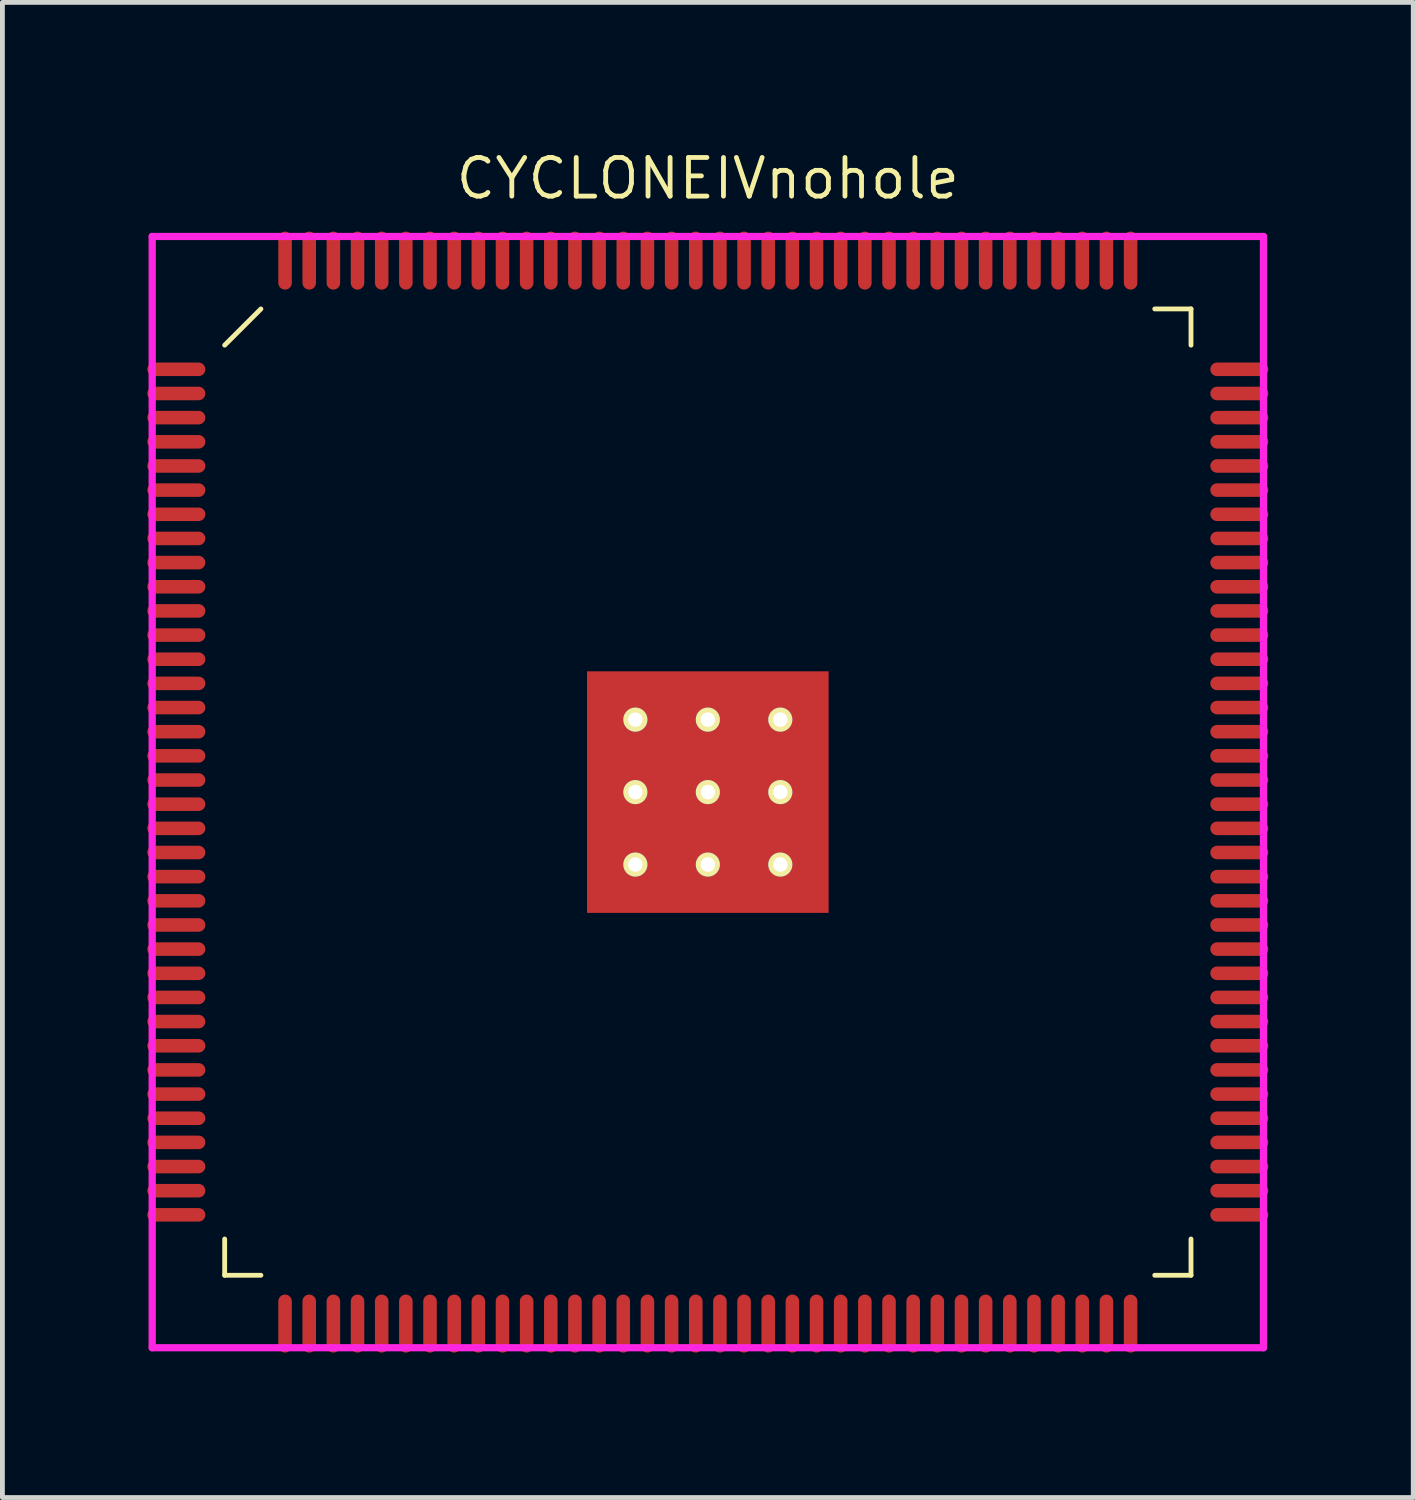
<source format=kicad_pcb>
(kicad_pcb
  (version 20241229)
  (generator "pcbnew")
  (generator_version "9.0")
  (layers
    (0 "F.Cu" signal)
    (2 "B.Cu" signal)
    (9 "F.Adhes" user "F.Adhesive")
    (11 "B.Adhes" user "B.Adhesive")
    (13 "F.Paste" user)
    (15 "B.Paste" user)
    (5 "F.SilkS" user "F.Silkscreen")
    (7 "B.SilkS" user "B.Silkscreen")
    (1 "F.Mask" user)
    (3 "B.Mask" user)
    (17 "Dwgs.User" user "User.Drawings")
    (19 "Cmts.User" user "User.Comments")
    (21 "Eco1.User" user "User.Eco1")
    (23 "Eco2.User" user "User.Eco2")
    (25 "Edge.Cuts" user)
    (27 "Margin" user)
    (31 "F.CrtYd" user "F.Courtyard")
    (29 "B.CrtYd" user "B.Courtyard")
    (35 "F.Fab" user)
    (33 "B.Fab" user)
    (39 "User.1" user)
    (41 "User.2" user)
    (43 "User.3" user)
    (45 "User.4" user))
  (footprint "CYCLONEIVnohole"
    (layer "F.Cu")
    (at 11.6 13.344)
    (property "Reference" "CYCLONEIVnohole" (at 0 -12.7 0) (layer "F.SilkS") (effects (font (size 0.8 0.8) (thickness 0.1))))
    (attr through_hole)
    (fp_line (start -10 -9.25) (end -9.25 -10) (stroke (width 0.1) (type solid)) (layer "F.SilkS"))
    (fp_line (start -10 10) (end -10 9.25) (stroke (width 0.1) (type solid)) (layer "F.SilkS"))
    (fp_line (start -9.25 10) (end -10 10) (stroke (width 0.1) (type solid)) (layer "F.SilkS"))
    (fp_line (start 9.25 -10) (end 10 -10) (stroke (width 0.1) (type solid)) (layer "F.SilkS"))
    (fp_line (start 9.25 10) (end 10 10) (stroke (width 0.1) (type solid)) (layer "F.SilkS"))
    (fp_line (start 10 -10) (end 10 -9.25) (stroke (width 0.1) (type solid)) (layer "F.SilkS"))
    (fp_line (start 10 10) (end 10 9.25) (stroke (width 0.1) (type solid)) (layer "F.SilkS"))
    (fp_line (start -11.5 -11.5) (end 11.5 -11.5) (stroke (width 0.15) (type solid)) (layer "F.CrtYd"))
    (fp_line (start -11.5 11.5) (end -11.5 -11.5) (stroke (width 0.15) (type solid)) (layer "F.CrtYd"))
    (fp_line (start 11.5 -11.5) (end 11.5 11.5) (stroke (width 0.15) (type solid)) (layer "F.CrtYd"))
    (fp_line (start 11.5 11.5) (end -11.5 11.5) (stroke (width 0.15) (type solid)) (layer "F.CrtYd"))
    (pad "1" smd oval (at -11 -8.75 90) (size 0.28 1.2) (layers "F.Cu" "F.Mask" "F.Paste"))
    (pad "2" smd oval (at -11 -8.25 90) (size 0.28 1.2) (layers "F.Cu" "F.Mask" "F.Paste"))
    (pad "3" smd oval (at -11 -7.75 90) (size 0.28 1.2) (layers "F.Cu" "F.Mask" "F.Paste"))
    (pad "4" smd oval (at -11 -7.25 90) (size 0.28 1.2) (layers "F.Cu" "F.Mask" "F.Paste"))
    (pad "5" smd oval (at -11 -6.75 90) (size 0.28 1.2) (layers "F.Cu" "F.Mask" "F.Paste"))
    (pad "6" smd oval (at -11 -6.25 90) (size 0.28 1.2) (layers "F.Cu" "F.Mask" "F.Paste"))
    (pad "7" smd oval (at -11 -5.75 90) (size 0.28 1.2) (layers "F.Cu" "F.Mask" "F.Paste"))
    (pad "8" smd oval (at -11 -5.25 90) (size 0.28 1.2) (layers "F.Cu" "F.Mask" "F.Paste"))
    (pad "9" smd oval (at -11 -4.75 90) (size 0.28 1.2) (layers "F.Cu" "F.Mask" "F.Paste"))
    (pad "10" smd oval (at -11 -4.25 90) (size 0.28 1.2) (layers "F.Cu" "F.Mask" "F.Paste"))
    (pad "11" smd oval (at -11 -3.75 90) (size 0.28 1.2) (layers "F.Cu" "F.Mask" "F.Paste"))
    (pad "12" smd oval (at -11 -3.25 90) (size 0.28 1.2) (layers "F.Cu" "F.Mask" "F.Paste"))
    (pad "13" smd oval (at -11 -2.75 90) (size 0.28 1.2) (layers "F.Cu" "F.Mask" "F.Paste"))
    (pad "14" smd oval (at -11 -2.25 90) (size 0.28 1.2) (layers "F.Cu" "F.Mask" "F.Paste"))
    (pad "15" smd oval (at -11 -1.75 90) (size 0.28 1.2) (layers "F.Cu" "F.Mask" "F.Paste"))
    (pad "16" smd oval (at -11 -1.25 90) (size 0.28 1.2) (layers "F.Cu" "F.Mask" "F.Paste"))
    (pad "17" smd oval (at -11 -0.75 90) (size 0.28 1.2) (layers "F.Cu" "F.Mask" "F.Paste"))
    (pad "18" smd oval (at -11 -0.25 90) (size 0.28 1.2) (layers "F.Cu" "F.Mask" "F.Paste"))
    (pad "19" smd oval (at -11 0.25 90) (size 0.28 1.2) (layers "F.Cu" "F.Mask" "F.Paste"))
    (pad "20" smd oval (at -11 0.75 90) (size 0.28 1.2) (layers "F.Cu" "F.Mask" "F.Paste"))
    (pad "21" smd oval (at -11 1.25 90) (size 0.28 1.2) (layers "F.Cu" "F.Mask" "F.Paste"))
    (pad "22" smd oval (at -11 1.75 90) (size 0.28 1.2) (layers "F.Cu" "F.Mask" "F.Paste"))
    (pad "23" smd oval (at -11 2.25 90) (size 0.28 1.2) (layers "F.Cu" "F.Mask" "F.Paste"))
    (pad "24" smd oval (at -11 2.75 90) (size 0.28 1.2) (layers "F.Cu" "F.Mask" "F.Paste"))
    (pad "25" smd oval (at -11 3.25 90) (size 0.28 1.2) (layers "F.Cu" "F.Mask" "F.Paste"))
    (pad "26" smd oval (at -11 3.75 90) (size 0.28 1.2) (layers "F.Cu" "F.Mask" "F.Paste"))
    (pad "27" smd oval (at -11 4.25 90) (size 0.28 1.2) (layers "F.Cu" "F.Mask" "F.Paste"))
    (pad "28" smd oval (at -11 4.75 90) (size 0.28 1.2) (layers "F.Cu" "F.Mask" "F.Paste"))
    (pad "29" smd oval (at -11 5.25 90) (size 0.28 1.2) (layers "F.Cu" "F.Mask" "F.Paste"))
    (pad "30" smd oval (at -11 5.75 90) (size 0.28 1.2) (layers "F.Cu" "F.Mask" "F.Paste"))
    (pad "31" smd oval (at -11 6.25 90) (size 0.28 1.2) (layers "F.Cu" "F.Mask" "F.Paste"))
    (pad "32" smd oval (at -11 6.75 90) (size 0.28 1.2) (layers "F.Cu" "F.Mask" "F.Paste"))
    (pad "33" smd oval (at -11 7.25 90) (size 0.28 1.2) (layers "F.Cu" "F.Mask" "F.Paste"))
    (pad "34" smd oval (at -11 7.75 90) (size 0.28 1.2) (layers "F.Cu" "F.Mask" "F.Paste"))
    (pad "35" smd oval (at -11 8.25 90) (size 0.28 1.2) (layers "F.Cu" "F.Mask" "F.Paste"))
    (pad "36" smd oval (at -11 8.75 90) (size 0.28 1.2) (layers "F.Cu" "F.Mask" "F.Paste"))
    (pad "37" smd oval (at -8.75 11) (size 0.28 1.2) (layers "F.Cu" "F.Mask" "F.Paste"))
    (pad "38" smd oval (at -8.25 11) (size 0.28 1.2) (layers "F.Cu" "F.Mask" "F.Paste"))
    (pad "39" smd oval (at -7.75 11) (size 0.28 1.2) (layers "F.Cu" "F.Mask" "F.Paste"))
    (pad "40" smd oval (at -7.25 11) (size 0.28 1.2) (layers "F.Cu" "F.Mask" "F.Paste"))
    (pad "41" smd oval (at -6.75 11) (size 0.28 1.2) (layers "F.Cu" "F.Mask" "F.Paste"))
    (pad "42" smd oval (at -6.25 11) (size 0.28 1.2) (layers "F.Cu" "F.Mask" "F.Paste"))
    (pad "43" smd oval (at -5.75 11) (size 0.28 1.2) (layers "F.Cu" "F.Mask" "F.Paste"))
    (pad "44" smd oval (at -5.25 11) (size 0.28 1.2) (layers "F.Cu" "F.Mask" "F.Paste"))
    (pad "45" smd oval (at -4.75 11) (size 0.28 1.2) (layers "F.Cu" "F.Mask" "F.Paste"))
    (pad "46" smd oval (at -4.25 11) (size 0.28 1.2) (layers "F.Cu" "F.Mask" "F.Paste"))
    (pad "47" smd oval (at -3.75 11) (size 0.28 1.2) (layers "F.Cu" "F.Mask" "F.Paste"))
    (pad "48" smd oval (at -3.25 11) (size 0.28 1.2) (layers "F.Cu" "F.Mask" "F.Paste"))
    (pad "49" smd oval (at -2.75 11) (size 0.28 1.2) (layers "F.Cu" "F.Mask" "F.Paste"))
    (pad "50" smd oval (at -2.25 11) (size 0.28 1.2) (layers "F.Cu" "F.Mask" "F.Paste"))
    (pad "51" smd oval (at -1.75 11) (size 0.28 1.2) (layers "F.Cu" "F.Mask" "F.Paste"))
    (pad "52" smd oval (at -1.25 11) (size 0.28 1.2) (layers "F.Cu" "F.Mask" "F.Paste"))
    (pad "53" smd oval (at -0.75 11) (size 0.28 1.2) (layers "F.Cu" "F.Mask" "F.Paste"))
    (pad "54" smd oval (at -0.25 11) (size 0.28 1.2) (layers "F.Cu" "F.Mask" "F.Paste"))
    (pad "55" smd oval (at 0.25 11) (size 0.28 1.2) (layers "F.Cu" "F.Mask" "F.Paste"))
    (pad "56" smd oval (at 0.75 11) (size 0.28 1.2) (layers "F.Cu" "F.Mask" "F.Paste"))
    (pad "57" smd oval (at 1.25 11) (size 0.28 1.2) (layers "F.Cu" "F.Mask" "F.Paste"))
    (pad "58" smd oval (at 1.75 11) (size 0.28 1.2) (layers "F.Cu" "F.Mask" "F.Paste"))
    (pad "59" smd oval (at 2.25 11) (size 0.28 1.2) (layers "F.Cu" "F.Mask" "F.Paste"))
    (pad "60" smd oval (at 2.75 11) (size 0.28 1.2) (layers "F.Cu" "F.Mask" "F.Paste"))
    (pad "61" smd oval (at 3.25 11) (size 0.28 1.2) (layers "F.Cu" "F.Mask" "F.Paste"))
    (pad "62" smd oval (at 3.75 11) (size 0.28 1.2) (layers "F.Cu" "F.Mask" "F.Paste"))
    (pad "63" smd oval (at 4.25 11) (size 0.28 1.2) (layers "F.Cu" "F.Mask" "F.Paste"))
    (pad "64" smd oval (at 4.75 11) (size 0.28 1.2) (layers "F.Cu" "F.Mask" "F.Paste"))
    (pad "65" smd oval (at 5.25 11) (size 0.28 1.2) (layers "F.Cu" "F.Mask" "F.Paste"))
    (pad "66" smd oval (at 5.75 11) (size 0.28 1.2) (layers "F.Cu" "F.Mask" "F.Paste"))
    (pad "67" smd oval (at 6.25 11) (size 0.28 1.2) (layers "F.Cu" "F.Mask" "F.Paste"))
    (pad "68" smd oval (at 6.75 11) (size 0.28 1.2) (layers "F.Cu" "F.Mask" "F.Paste"))
    (pad "69" smd oval (at 7.25 11) (size 0.28 1.2) (layers "F.Cu" "F.Mask" "F.Paste"))
    (pad "70" smd oval (at 7.75 11) (size 0.28 1.2) (layers "F.Cu" "F.Mask" "F.Paste"))
    (pad "71" smd oval (at 8.25 11) (size 0.28 1.2) (layers "F.Cu" "F.Mask" "F.Paste"))
    (pad "72" smd oval (at 8.75 11) (size 0.28 1.2) (layers "F.Cu" "F.Mask" "F.Paste"))
    (pad "73" smd oval (at 11 8.75 90) (size 0.28 1.2) (layers "F.Cu" "F.Mask" "F.Paste"))
    (pad "74" smd oval (at 11 8.25 90) (size 0.28 1.2) (layers "F.Cu" "F.Mask" "F.Paste"))
    (pad "75" smd oval (at 11 7.75 90) (size 0.28 1.2) (layers "F.Cu" "F.Mask" "F.Paste"))
    (pad "76" smd oval (at 11 7.25 90) (size 0.28 1.2) (layers "F.Cu" "F.Mask" "F.Paste"))
    (pad "77" smd oval (at 11 6.75 90) (size 0.28 1.2) (layers "F.Cu" "F.Mask" "F.Paste"))
    (pad "78" smd oval (at 11 6.25 90) (size 0.28 1.2) (layers "F.Cu" "F.Mask" "F.Paste"))
    (pad "79" smd oval (at 11 5.75 90) (size 0.28 1.2) (layers "F.Cu" "F.Mask" "F.Paste"))
    (pad "80" smd oval (at 11 5.25 90) (size 0.28 1.2) (layers "F.Cu" "F.Mask" "F.Paste"))
    (pad "81" smd oval (at 11 4.75 90) (size 0.28 1.2) (layers "F.Cu" "F.Mask" "F.Paste"))
    (pad "82" smd oval (at 11 4.25 90) (size 0.28 1.2) (layers "F.Cu" "F.Mask" "F.Paste"))
    (pad "83" smd oval (at 11 3.75 90) (size 0.28 1.2) (layers "F.Cu" "F.Mask" "F.Paste"))
    (pad "84" smd oval (at 11 3.25 90) (size 0.28 1.2) (layers "F.Cu" "F.Mask" "F.Paste"))
    (pad "85" smd oval (at 11 2.75 90) (size 0.28 1.2) (layers "F.Cu" "F.Mask" "F.Paste"))
    (pad "86" smd oval (at 11 2.25 90) (size 0.28 1.2) (layers "F.Cu" "F.Mask" "F.Paste"))
    (pad "87" smd oval (at 11 1.75 90) (size 0.28 1.2) (layers "F.Cu" "F.Mask" "F.Paste"))
    (pad "88" smd oval (at 11 1.25 90) (size 0.28 1.2) (layers "F.Cu" "F.Mask" "F.Paste"))
    (pad "89" smd oval (at 11 0.75 90) (size 0.28 1.2) (layers "F.Cu" "F.Mask" "F.Paste"))
    (pad "90" smd oval (at 11 0.25 90) (size 0.28 1.2) (layers "F.Cu" "F.Mask" "F.Paste"))
    (pad "91" smd oval (at 11 -0.25 90) (size 0.28 1.2) (layers "F.Cu" "F.Mask" "F.Paste"))
    (pad "92" smd oval (at 11 -0.75 90) (size 0.28 1.2) (layers "F.Cu" "F.Mask" "F.Paste"))
    (pad "93" smd oval (at 11 -1.25 90) (size 0.28 1.2) (layers "F.Cu" "F.Mask" "F.Paste"))
    (pad "94" smd oval (at 11 -1.75 90) (size 0.28 1.2) (layers "F.Cu" "F.Mask" "F.Paste"))
    (pad "95" smd oval (at 11 -2.25 90) (size 0.28 1.2) (layers "F.Cu" "F.Mask" "F.Paste"))
    (pad "96" smd oval (at 11 -2.75 90) (size 0.28 1.2) (layers "F.Cu" "F.Mask" "F.Paste"))
    (pad "97" smd oval (at 11 -3.25 90) (size 0.28 1.2) (layers "F.Cu" "F.Mask" "F.Paste"))
    (pad "98" smd oval (at 11 -3.75 90) (size 0.28 1.2) (layers "F.Cu" "F.Mask" "F.Paste"))
    (pad "99" smd oval (at 11 -4.25 90) (size 0.28 1.2) (layers "F.Cu" "F.Mask" "F.Paste"))
    (pad "100" smd oval (at 11 -4.75 90) (size 0.28 1.2) (layers "F.Cu" "F.Mask" "F.Paste"))
    (pad "101" smd oval (at 11 -5.25 90) (size 0.28 1.2) (layers "F.Cu" "F.Mask" "F.Paste"))
    (pad "102" smd oval (at 11 -5.75 90) (size 0.28 1.2) (layers "F.Cu" "F.Mask" "F.Paste"))
    (pad "103" smd oval (at 11 -6.25 90) (size 0.28 1.2) (layers "F.Cu" "F.Mask" "F.Paste"))
    (pad "104" smd oval (at 11 -6.75 90) (size 0.28 1.2) (layers "F.Cu" "F.Mask" "F.Paste"))
    (pad "105" smd oval (at 11 -7.25 90) (size 0.28 1.2) (layers "F.Cu" "F.Mask" "F.Paste"))
    (pad "106" smd oval (at 11 -7.75 90) (size 0.28 1.2) (layers "F.Cu" "F.Mask" "F.Paste"))
    (pad "107" smd oval (at 11 -8.25 90) (size 0.28 1.2) (layers "F.Cu" "F.Mask" "F.Paste"))
    (pad "108" smd oval (at 11 -8.75 90) (size 0.28 1.2) (layers "F.Cu" "F.Mask" "F.Paste"))
    (pad "109" smd oval (at 8.75 -11) (size 0.28 1.2) (layers "F.Cu" "F.Mask" "F.Paste"))
    (pad "110" smd oval (at 8.25 -11) (size 0.28 1.2) (layers "F.Cu" "F.Mask" "F.Paste"))
    (pad "111" smd oval (at 7.75 -11) (size 0.28 1.2) (layers "F.Cu" "F.Mask" "F.Paste"))
    (pad "112" smd oval (at 7.25 -11) (size 0.28 1.2) (layers "F.Cu" "F.Mask" "F.Paste"))
    (pad "113" smd oval (at 6.75 -11) (size 0.28 1.2) (layers "F.Cu" "F.Mask" "F.Paste"))
    (pad "114" smd oval (at 6.25 -11) (size 0.28 1.2) (layers "F.Cu" "F.Mask" "F.Paste"))
    (pad "115" smd oval (at 5.75 -11) (size 0.28 1.2) (layers "F.Cu" "F.Mask" "F.Paste"))
    (pad "116" smd oval (at 5.25 -11) (size 0.28 1.2) (layers "F.Cu" "F.Mask" "F.Paste"))
    (pad "117" smd oval (at 4.75 -11) (size 0.28 1.2) (layers "F.Cu" "F.Mask" "F.Paste"))
    (pad "118" smd oval (at 4.25 -11) (size 0.28 1.2) (layers "F.Cu" "F.Mask" "F.Paste"))
    (pad "119" smd oval (at 3.75 -11) (size 0.28 1.2) (layers "F.Cu" "F.Mask" "F.Paste"))
    (pad "120" smd oval (at 3.25 -11) (size 0.28 1.2) (layers "F.Cu" "F.Mask" "F.Paste"))
    (pad "121" smd oval (at 2.75 -11) (size 0.28 1.2) (layers "F.Cu" "F.Mask" "F.Paste"))
    (pad "122" smd oval (at 2.25 -11) (size 0.28 1.2) (layers "F.Cu" "F.Mask" "F.Paste"))
    (pad "123" smd oval (at 1.75 -11) (size 0.28 1.2) (layers "F.Cu" "F.Mask" "F.Paste"))
    (pad "124" smd oval (at 1.25 -11) (size 0.28 1.2) (layers "F.Cu" "F.Mask" "F.Paste"))
    (pad "125" smd oval (at 0.75 -11) (size 0.28 1.2) (layers "F.Cu" "F.Mask" "F.Paste"))
    (pad "126" smd oval (at 0.25 -11) (size 0.28 1.2) (layers "F.Cu" "F.Mask" "F.Paste"))
    (pad "127" smd oval (at -0.25 -11) (size 0.28 1.2) (layers "F.Cu" "F.Mask" "F.Paste"))
    (pad "128" smd oval (at -0.75 -11) (size 0.28 1.2) (layers "F.Cu" "F.Mask" "F.Paste"))
    (pad "129" smd oval (at -1.25 -11) (size 0.28 1.2) (layers "F.Cu" "F.Mask" "F.Paste"))
    (pad "130" smd oval (at -1.75 -11) (size 0.28 1.2) (layers "F.Cu" "F.Mask" "F.Paste"))
    (pad "131" smd oval (at -2.25 -11) (size 0.28 1.2) (layers "F.Cu" "F.Mask" "F.Paste"))
    (pad "132" smd oval (at -2.75 -11) (size 0.28 1.2) (layers "F.Cu" "F.Mask" "F.Paste"))
    (pad "133" smd oval (at -3.25 -11) (size 0.28 1.2) (layers "F.Cu" "F.Mask" "F.Paste"))
    (pad "134" smd oval (at -3.75 -11) (size 0.28 1.2) (layers "F.Cu" "F.Mask" "F.Paste"))
    (pad "135" smd oval (at -4.25 -11) (size 0.28 1.2) (layers "F.Cu" "F.Mask" "F.Paste"))
    (pad "136" smd oval (at -4.75 -11) (size 0.28 1.2) (layers "F.Cu" "F.Mask" "F.Paste"))
    (pad "137" smd oval (at -5.25 -11) (size 0.28 1.2) (layers "F.Cu" "F.Mask" "F.Paste"))
    (pad "138" smd oval (at -5.75 -11) (size 0.28 1.2) (layers "F.Cu" "F.Mask" "F.Paste"))
    (pad "139" smd oval (at -6.25 -11) (size 0.28 1.2) (layers "F.Cu" "F.Mask" "F.Paste"))
    (pad "140" smd oval (at -6.75 -11) (size 0.28 1.2) (layers "F.Cu" "F.Mask" "F.Paste"))
    (pad "141" smd oval (at -7.25 -11) (size 0.28 1.2) (layers "F.Cu" "F.Mask" "F.Paste"))
    (pad "142" smd oval (at -7.75 -11) (size 0.28 1.2) (layers "F.Cu" "F.Mask" "F.Paste"))
    (pad "143" smd oval (at -8.25 -11) (size 0.28 1.2) (layers "F.Cu" "F.Mask" "F.Paste"))
    (pad "144" smd oval (at -8.75 -11) (size 0.28 1.2) (layers "F.Cu" "F.Mask" "F.Paste"))
    (pad "145" thru_hole circle (at -1.5 -1.5) (size 0.5 0.5) (drill 0.3) (layers "*.Cu" "*.Mask" "F.SilkS"))
    (pad "145" thru_hole circle (at -1.5 0) (size 0.5 0.5) (drill 0.3) (layers "*.Cu" "*.Mask" "F.SilkS"))
    (pad "145" thru_hole circle (at -1.5 1.5) (size 0.5 0.5) (drill 0.3) (layers "*.Cu" "*.Mask" "F.SilkS"))
    (pad "145" thru_hole circle (at 0 -1.5) (size 0.5 0.5) (drill 0.3) (layers "*.Cu" "*.Mask" "F.SilkS"))
    (pad "145" thru_hole circle (at 0 0) (size 0.5 0.5) (drill 0.3) (layers "*.Cu" "*.Mask" "F.SilkS"))
    (pad "145" smd rect (at 0 0) (size 5 5) (layers "F.Cu" "F.Mask"))
    (pad "145" thru_hole circle (at 0 1.5) (size 0.5 0.5) (drill 0.3) (layers "*.Cu" "*.Mask" "F.SilkS"))
    (pad "145" thru_hole circle (at 1.5 -1.5) (size 0.5 0.5) (drill 0.3) (layers "*.Cu" "*.Mask" "F.SilkS"))
    (pad "145" thru_hole circle (at 1.5 0) (size 0.5 0.5) (drill 0.3) (layers "*.Cu" "*.Mask" "F.SilkS"))
    (pad "145" thru_hole circle (at 1.5 1.5) (size 0.5 0.5) (drill 0.3) (layers "*.Cu" "*.Mask" "F.SilkS")))
  (gr_rect
    (start -3 -3)
    (end 26.2 27.944)
    (stroke (width 0.1) (type default))
    (fill no)
    (layer "Edge.Cuts")))
</source>
